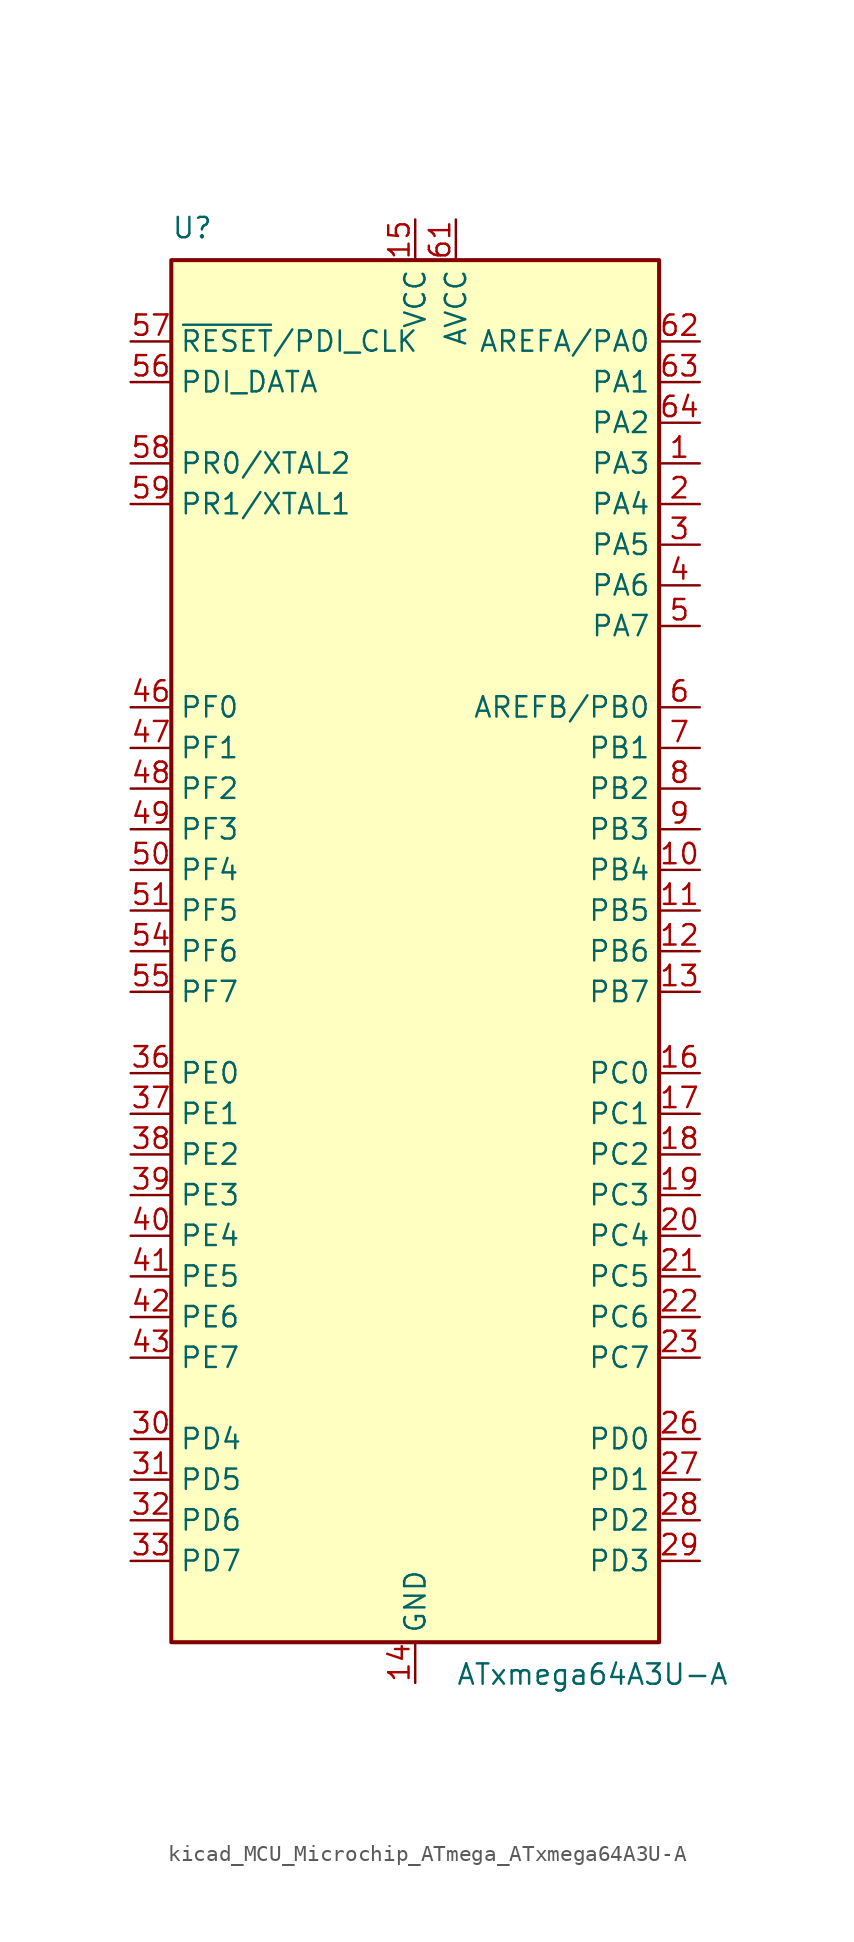
<source format=kicad_sym>
(kicad_symbol_lib
  (version 20220914)
  (generator kicad_symbol_editor)
  (symbol "kicad_MCU_Microchip_ATmega_ATxmega64A3U-A"
    (property "Reference" "U"
      (at -15.24 44.45 0)
      (effects (font (size 1.27 1.27)) (justify left bottom)))
    (property "Value" "ATxmega64A3U-A"
      (at 2.54 -44.45 0)
      (effects (font (size 1.27 1.27)) (justify left top)))
    (symbol "kicad_MCU_Microchip_ATmega_ATxmega64A3U-A_0_1"
      (rectangle (start -15.24 -43.18) (end 15.24 43.18) (stroke (width 0.254) (type default)) (fill (type background))))
    (symbol "kicad_MCU_Microchip_ATmega_ATxmega64A3U-A_1_1"
      (pin bidirectional line (at 17.78 30.48 180) (length 2.54) (name "PA3" (effects (font (size 1.27 1.27)))) (number "1" (effects (font (size 1.27 1.27)))))
      (pin bidirectional line (at 17.78 5.08 180) (length 2.54) (name "PB4" (effects (font (size 1.27 1.27)))) (number "10" (effects (font (size 1.27 1.27)))))
      (pin bidirectional line (at 17.78 2.54 180) (length 2.54) (name "PB5" (effects (font (size 1.27 1.27)))) (number "11" (effects (font (size 1.27 1.27)))))
      (pin bidirectional line (at 17.78 0 180) (length 2.54) (name "PB6" (effects (font (size 1.27 1.27)))) (number "12" (effects (font (size 1.27 1.27)))))
      (pin bidirectional line (at 17.78 -2.54 180) (length 2.54) (name "PB7" (effects (font (size 1.27 1.27)))) (number "13" (effects (font (size 1.27 1.27)))))
      (pin power_in line (at 0 -45.72 90) (length 2.54) (name "GND" (effects (font (size 1.27 1.27)))) (number "14" (effects (font (size 1.27 1.27)))))
      (pin power_in line (at 0 45.72 270) (length 2.54) (name "VCC" (effects (font (size 1.27 1.27)))) (number "15" (effects (font (size 1.27 1.27)))))
      (pin bidirectional line (at 17.78 -7.62 180) (length 2.54) (name "PC0" (effects (font (size 1.27 1.27)))) (number "16" (effects (font (size 1.27 1.27)))))
      (pin bidirectional line (at 17.78 -10.16 180) (length 2.54) (name "PC1" (effects (font (size 1.27 1.27)))) (number "17" (effects (font (size 1.27 1.27)))))
      (pin bidirectional line (at 17.78 -12.7 180) (length 2.54) (name "PC2" (effects (font (size 1.27 1.27)))) (number "18" (effects (font (size 1.27 1.27)))))
      (pin bidirectional line (at 17.78 -15.24 180) (length 2.54) (name "PC3" (effects (font (size 1.27 1.27)))) (number "19" (effects (font (size 1.27 1.27)))))
      (pin bidirectional line (at 17.78 27.94 180) (length 2.54) (name "PA4" (effects (font (size 1.27 1.27)))) (number "2" (effects (font (size 1.27 1.27)))))
      (pin bidirectional line (at 17.78 -17.78 180) (length 2.54) (name "PC4" (effects (font (size 1.27 1.27)))) (number "20" (effects (font (size 1.27 1.27)))))
      (pin bidirectional line (at 17.78 -20.32 180) (length 2.54) (name "PC5" (effects (font (size 1.27 1.27)))) (number "21" (effects (font (size 1.27 1.27)))))
      (pin bidirectional line (at 17.78 -22.86 180) (length 2.54) (name "PC6" (effects (font (size 1.27 1.27)))) (number "22" (effects (font (size 1.27 1.27)))))
      (pin bidirectional line (at 17.78 -25.4 180) (length 2.54) (name "PC7" (effects (font (size 1.27 1.27)))) (number "23" (effects (font (size 1.27 1.27)))))
      (pin passive line (at 0 -45.72 90) (length 2.54) hide (name "GND" (effects (font (size 1.27 1.27)))) (number "24" (effects (font (size 1.27 1.27)))))
      (pin passive line (at 0 45.72 270) (length 2.54) hide (name "VCC" (effects (font (size 1.27 1.27)))) (number "25" (effects (font (size 1.27 1.27)))))
      (pin bidirectional line (at 17.78 -30.48 180) (length 2.54) (name "PD0" (effects (font (size 1.27 1.27)))) (number "26" (effects (font (size 1.27 1.27)))))
      (pin bidirectional line (at 17.78 -33.02 180) (length 2.54) (name "PD1" (effects (font (size 1.27 1.27)))) (number "27" (effects (font (size 1.27 1.27)))))
      (pin bidirectional line (at 17.78 -35.56 180) (length 2.54) (name "PD2" (effects (font (size 1.27 1.27)))) (number "28" (effects (font (size 1.27 1.27)))))
      (pin bidirectional line (at 17.78 -38.1 180) (length 2.54) (name "PD3" (effects (font (size 1.27 1.27)))) (number "29" (effects (font (size 1.27 1.27)))))
      (pin bidirectional line (at 17.78 25.4 180) (length 2.54) (name "PA5" (effects (font (size 1.27 1.27)))) (number "3" (effects (font (size 1.27 1.27)))))
      (pin bidirectional line (at -17.78 -30.48 0) (length 2.54) (name "PD4" (effects (font (size 1.27 1.27)))) (number "30" (effects (font (size 1.27 1.27)))))
      (pin bidirectional line (at -17.78 -33.02 0) (length 2.54) (name "PD5" (effects (font (size 1.27 1.27)))) (number "31" (effects (font (size 1.27 1.27)))))
      (pin bidirectional line (at -17.78 -35.56 0) (length 2.54) (name "PD6" (effects (font (size 1.27 1.27)))) (number "32" (effects (font (size 1.27 1.27)))))
      (pin bidirectional line (at -17.78 -38.1 0) (length 2.54) (name "PD7" (effects (font (size 1.27 1.27)))) (number "33" (effects (font (size 1.27 1.27)))))
      (pin passive line (at 0 -45.72 90) (length 2.54) hide (name "GND" (effects (font (size 1.27 1.27)))) (number "34" (effects (font (size 1.27 1.27)))))
      (pin passive line (at 0 45.72 270) (length 2.54) hide (name "VCC" (effects (font (size 1.27 1.27)))) (number "35" (effects (font (size 1.27 1.27)))))
      (pin bidirectional line (at -17.78 -7.62 0) (length 2.54) (name "PE0" (effects (font (size 1.27 1.27)))) (number "36" (effects (font (size 1.27 1.27)))))
      (pin bidirectional line (at -17.78 -10.16 0) (length 2.54) (name "PE1" (effects (font (size 1.27 1.27)))) (number "37" (effects (font (size 1.27 1.27)))))
      (pin bidirectional line (at -17.78 -12.7 0) (length 2.54) (name "PE2" (effects (font (size 1.27 1.27)))) (number "38" (effects (font (size 1.27 1.27)))))
      (pin bidirectional line (at -17.78 -15.24 0) (length 2.54) (name "PE3" (effects (font (size 1.27 1.27)))) (number "39" (effects (font (size 1.27 1.27)))))
      (pin bidirectional line (at 17.78 22.86 180) (length 2.54) (name "PA6" (effects (font (size 1.27 1.27)))) (number "4" (effects (font (size 1.27 1.27)))))
      (pin bidirectional line (at -17.78 -17.78 0) (length 2.54) (name "PE4" (effects (font (size 1.27 1.27)))) (number "40" (effects (font (size 1.27 1.27)))))
      (pin bidirectional line (at -17.78 -20.32 0) (length 2.54) (name "PE5" (effects (font (size 1.27 1.27)))) (number "41" (effects (font (size 1.27 1.27)))))
      (pin bidirectional line (at -17.78 -22.86 0) (length 2.54) (name "PE6" (effects (font (size 1.27 1.27)))) (number "42" (effects (font (size 1.27 1.27)))))
      (pin bidirectional line (at -17.78 -25.4 0) (length 2.54) (name "PE7" (effects (font (size 1.27 1.27)))) (number "43" (effects (font (size 1.27 1.27)))))
      (pin passive line (at 0 -45.72 90) (length 2.54) hide (name "GND" (effects (font (size 1.27 1.27)))) (number "44" (effects (font (size 1.27 1.27)))))
      (pin passive line (at 0 45.72 270) (length 2.54) hide (name "VCC" (effects (font (size 1.27 1.27)))) (number "45" (effects (font (size 1.27 1.27)))))
      (pin bidirectional line (at -17.78 15.24 0) (length 2.54) (name "PF0" (effects (font (size 1.27 1.27)))) (number "46" (effects (font (size 1.27 1.27)))))
      (pin bidirectional line (at -17.78 12.7 0) (length 2.54) (name "PF1" (effects (font (size 1.27 1.27)))) (number "47" (effects (font (size 1.27 1.27)))))
      (pin bidirectional line (at -17.78 10.16 0) (length 2.54) (name "PF2" (effects (font (size 1.27 1.27)))) (number "48" (effects (font (size 1.27 1.27)))))
      (pin bidirectional line (at -17.78 7.62 0) (length 2.54) (name "PF3" (effects (font (size 1.27 1.27)))) (number "49" (effects (font (size 1.27 1.27)))))
      (pin bidirectional line (at 17.78 20.32 180) (length 2.54) (name "PA7" (effects (font (size 1.27 1.27)))) (number "5" (effects (font (size 1.27 1.27)))))
      (pin bidirectional line (at -17.78 5.08 0) (length 2.54) (name "PF4" (effects (font (size 1.27 1.27)))) (number "50" (effects (font (size 1.27 1.27)))))
      (pin bidirectional line (at -17.78 2.54 0) (length 2.54) (name "PF5" (effects (font (size 1.27 1.27)))) (number "51" (effects (font (size 1.27 1.27)))))
      (pin passive line (at 0 -45.72 90) (length 2.54) hide (name "GND" (effects (font (size 1.27 1.27)))) (number "52" (effects (font (size 1.27 1.27)))))
      (pin passive line (at 0 45.72 270) (length 2.54) hide (name "VCC" (effects (font (size 1.27 1.27)))) (number "53" (effects (font (size 1.27 1.27)))))
      (pin bidirectional line (at -17.78 0 0) (length 2.54) (name "PF6" (effects (font (size 1.27 1.27)))) (number "54" (effects (font (size 1.27 1.27)))))
      (pin bidirectional line (at -17.78 -2.54 0) (length 2.54) (name "PF7" (effects (font (size 1.27 1.27)))) (number "55" (effects (font (size 1.27 1.27)))))
      (pin bidirectional line (at -17.78 35.56 0) (length 2.54) (name "PDI_DATA" (effects (font (size 1.27 1.27)))) (number "56" (effects (font (size 1.27 1.27)))))
      (pin input line (at -17.78 38.1 0) (length 2.54) (name "~{RESET}/PDI_CLK" (effects (font (size 1.27 1.27)))) (number "57" (effects (font (size 1.27 1.27)))))
      (pin bidirectional line (at -17.78 30.48 0) (length 2.54) (name "PR0/XTAL2" (effects (font (size 1.27 1.27)))) (number "58" (effects (font (size 1.27 1.27)))))
      (pin bidirectional line (at -17.78 27.94 0) (length 2.54) (name "PR1/XTAL1" (effects (font (size 1.27 1.27)))) (number "59" (effects (font (size 1.27 1.27)))))
      (pin bidirectional line (at 17.78 15.24 180) (length 2.54) (name "AREFB/PB0" (effects (font (size 1.27 1.27)))) (number "6" (effects (font (size 1.27 1.27)))))
      (pin passive line (at 0 -45.72 90) (length 2.54) hide (name "GND" (effects (font (size 1.27 1.27)))) (number "60" (effects (font (size 1.27 1.27)))))
      (pin power_in line (at 2.54 45.72 270) (length 2.54) (name "AVCC" (effects (font (size 1.27 1.27)))) (number "61" (effects (font (size 1.27 1.27)))))
      (pin bidirectional line (at 17.78 38.1 180) (length 2.54) (name "AREFA/PA0" (effects (font (size 1.27 1.27)))) (number "62" (effects (font (size 1.27 1.27)))))
      (pin bidirectional line (at 17.78 35.56 180) (length 2.54) (name "PA1" (effects (font (size 1.27 1.27)))) (number "63" (effects (font (size 1.27 1.27)))))
      (pin bidirectional line (at 17.78 33.02 180) (length 2.54) (name "PA2" (effects (font (size 1.27 1.27)))) (number "64" (effects (font (size 1.27 1.27)))))
      (pin bidirectional line (at 17.78 12.7 180) (length 2.54) (name "PB1" (effects (font (size 1.27 1.27)))) (number "7" (effects (font (size 1.27 1.27)))))
      (pin bidirectional line (at 17.78 10.16 180) (length 2.54) (name "PB2" (effects (font (size 1.27 1.27)))) (number "8" (effects (font (size 1.27 1.27)))))
      (pin bidirectional line (at 17.78 7.62 180) (length 2.54) (name "PB3" (effects (font (size 1.27 1.27)))) (number "9" (effects (font (size 1.27 1.27))))))))
</source>
